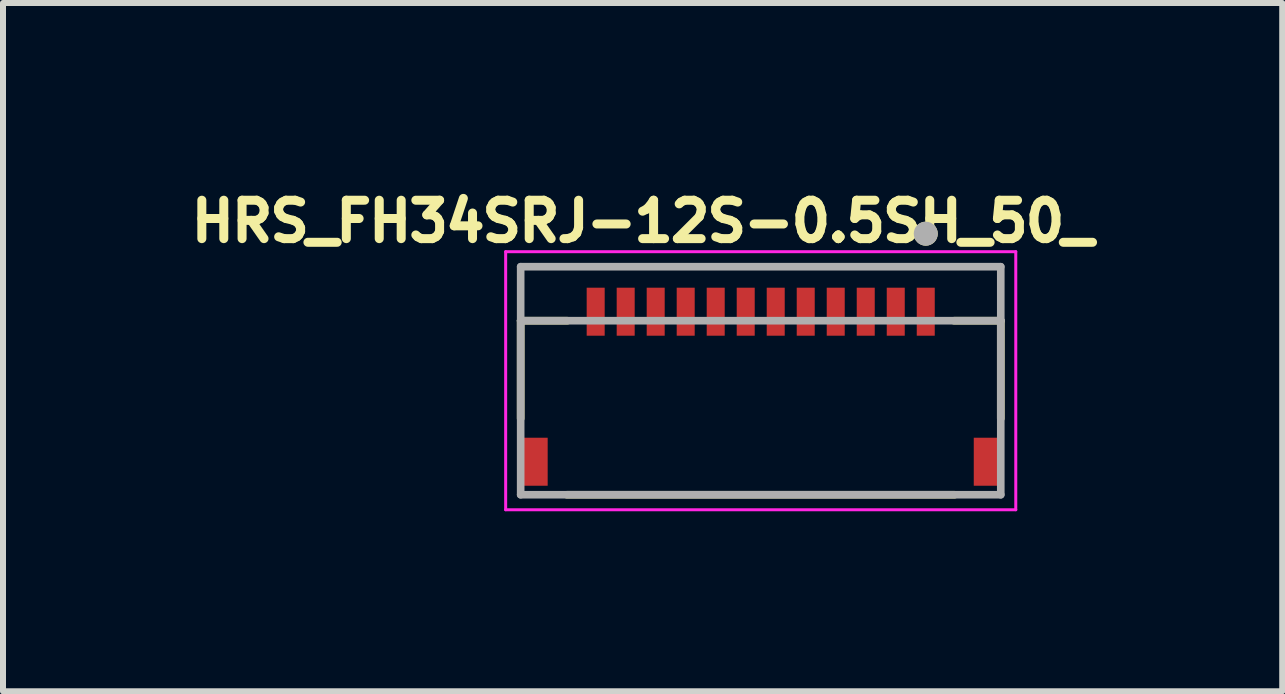
<source format=kicad_pcb>
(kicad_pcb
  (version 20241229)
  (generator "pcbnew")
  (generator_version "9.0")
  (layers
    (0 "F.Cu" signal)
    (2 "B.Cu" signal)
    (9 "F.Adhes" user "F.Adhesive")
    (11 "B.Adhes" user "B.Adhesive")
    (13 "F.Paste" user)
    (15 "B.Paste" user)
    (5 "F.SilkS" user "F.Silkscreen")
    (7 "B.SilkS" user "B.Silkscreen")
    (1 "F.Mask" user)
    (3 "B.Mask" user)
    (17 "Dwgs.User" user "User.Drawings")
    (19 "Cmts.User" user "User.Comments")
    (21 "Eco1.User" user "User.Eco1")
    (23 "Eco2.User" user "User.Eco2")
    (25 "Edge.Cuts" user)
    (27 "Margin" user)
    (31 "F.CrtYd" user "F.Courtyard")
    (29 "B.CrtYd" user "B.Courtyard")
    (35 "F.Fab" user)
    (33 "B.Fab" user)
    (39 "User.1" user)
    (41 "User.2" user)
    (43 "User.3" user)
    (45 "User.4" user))
  (footprint "HRS_FH34SRJ-12S-0.5SH_50_"
    (layer "F.Cu")
    (at 9.626 3.394)
    (property "Reference" "HRS_FH34SRJ-12S-0.5SH_50_" (at -1.968 -2.756 0) (layer "F.SilkS") (effects (font (size 0.64 0.64) (thickness 0.15))))
    (attr smd)
    (fp_line (start -4 -1.1) (end -4 0.53) (stroke (width 0.127) (type solid)) (layer "F.SilkS"))
    (fp_line (start -3.23 1.8) (end 3.23 1.8) (stroke (width 0.127) (type solid)) (layer "F.SilkS"))
    (fp_line (start -3.22 -1.1) (end -4 -1.1) (stroke (width 0.127) (type solid)) (layer "F.SilkS"))
    (fp_line (start 3.22 -1.1) (end 4 -1.1) (stroke (width 0.127) (type solid)) (layer "F.SilkS"))
    (fp_line (start 4 -1.1) (end 4 0.53) (stroke (width 0.127) (type solid)) (layer "F.SilkS"))
    (fp_circle (center 2.75 -2.55) (end 2.85 -2.55) (stroke (width 0.2) (type solid)) (fill no) (layer "F.SilkS"))
    (fp_poly (pts (xy -2.875 -1.65) (xy -2.625 -1.65) (xy -2.625 -1) (xy -2.875 -1)) (stroke (width 0.01) (type solid)) (fill yes) (layer "F.Paste"))
    (fp_poly (pts (xy -2.375 -1.65) (xy -2.125 -1.65) (xy -2.125 -1) (xy -2.375 -1)) (stroke (width 0.01) (type solid)) (fill yes) (layer "F.Paste"))
    (fp_poly (pts (xy -1.875 -1.65) (xy -1.625 -1.65) (xy -1.625 -1) (xy -1.875 -1)) (stroke (width 0.01) (type solid)) (fill yes) (layer "F.Paste"))
    (fp_poly (pts (xy -1.375 -1.65) (xy -1.125 -1.65) (xy -1.125 -1) (xy -1.375 -1)) (stroke (width 0.01) (type solid)) (fill yes) (layer "F.Paste"))
    (fp_poly (pts (xy -0.875 -1.65) (xy -0.625 -1.65) (xy -0.625 -1) (xy -0.875 -1)) (stroke (width 0.01) (type solid)) (fill yes) (layer "F.Paste"))
    (fp_poly (pts (xy -0.375 -1.65) (xy -0.125 -1.65) (xy -0.125 -1) (xy -0.375 -1)) (stroke (width 0.01) (type solid)) (fill yes) (layer "F.Paste"))
    (fp_poly (pts (xy 0.125 -1.65) (xy 0.375 -1.65) (xy 0.375 -1) (xy 0.125 -1)) (stroke (width 0.01) (type solid)) (fill yes) (layer "F.Paste"))
    (fp_poly (pts (xy 0.625 -1.65) (xy 0.875 -1.65) (xy 0.875 -1) (xy 0.625 -1)) (stroke (width 0.01) (type solid)) (fill yes) (layer "F.Paste"))
    (fp_poly (pts (xy 1.125 -1.65) (xy 1.375 -1.65) (xy 1.375 -1) (xy 1.125 -1)) (stroke (width 0.01) (type solid)) (fill yes) (layer "F.Paste"))
    (fp_poly (pts (xy 1.625 -1.65) (xy 1.875 -1.65) (xy 1.875 -1) (xy 1.625 -1)) (stroke (width 0.01) (type solid)) (fill yes) (layer "F.Paste"))
    (fp_poly (pts (xy 2.125 -1.65) (xy 2.375 -1.65) (xy 2.375 -1) (xy 2.125 -1)) (stroke (width 0.01) (type solid)) (fill yes) (layer "F.Paste"))
    (fp_poly (pts (xy 2.625 -1.65) (xy 2.875 -1.65) (xy 2.875 -1) (xy 2.625 -1)) (stroke (width 0.01) (type solid)) (fill yes) (layer "F.Paste"))
    (fp_line (start -4.25 -2.25) (end -4.25 2.05) (stroke (width 0.05) (type solid)) (layer "F.CrtYd"))
    (fp_line (start -4.25 2.05) (end 4.25 2.05) (stroke (width 0.05) (type solid)) (layer "F.CrtYd"))
    (fp_line (start 4.25 -2.25) (end -4.25 -2.25) (stroke (width 0.05) (type solid)) (layer "F.CrtYd"))
    (fp_line (start 4.25 2.05) (end 4.25 -2.25) (stroke (width 0.05) (type solid)) (layer "F.CrtYd"))
    (fp_line (start -4 -2) (end 4 -2) (stroke (width 0.127) (type solid)) (layer "F.Fab"))
    (fp_line (start -4 -1.1) (end -4 -2) (stroke (width 0.127) (type solid)) (layer "F.Fab"))
    (fp_line (start -4 -1.1) (end 4 -1.1) (stroke (width 0.127) (type solid)) (layer "F.Fab"))
    (fp_line (start -4 1.8) (end -4 -1.1) (stroke (width 0.127) (type solid)) (layer "F.Fab"))
    (fp_line (start 4 -2) (end 4 -1.1) (stroke (width 0.127) (type solid)) (layer "F.Fab"))
    (fp_line (start 4 -1.1) (end 4 1.8) (stroke (width 0.127) (type solid)) (layer "F.Fab"))
    (fp_line (start 4 1.8) (end -4 1.8) (stroke (width 0.127) (type solid)) (layer "F.Fab"))
    (fp_circle (center 2.75 -2.55) (end 2.85 -2.55) (stroke (width 0.2) (type solid)) (fill no) (layer "F.Fab"))
    (pad "1" smd rect (at 2.75 -1.25) (size 0.3 0.8) (layers "F.Cu" "F.Mask"))
    (pad "2" smd rect (at 2.25 -1.25) (size 0.3 0.8) (layers "F.Cu" "F.Mask"))
    (pad "3" smd rect (at 1.75 -1.25) (size 0.3 0.8) (layers "F.Cu" "F.Mask"))
    (pad "4" smd rect (at 1.25 -1.25) (size 0.3 0.8) (layers "F.Cu" "F.Mask"))
    (pad "5" smd rect (at 0.75 -1.25) (size 0.3 0.8) (layers "F.Cu" "F.Mask"))
    (pad "6" smd rect (at 0.25 -1.25) (size 0.3 0.8) (layers "F.Cu" "F.Mask"))
    (pad "7" smd rect (at -0.25 -1.25) (size 0.3 0.8) (layers "F.Cu" "F.Mask"))
    (pad "8" smd rect (at -0.75 -1.25) (size 0.3 0.8) (layers "F.Cu" "F.Mask"))
    (pad "9" smd rect (at -1.25 -1.25) (size 0.3 0.8) (layers "F.Cu" "F.Mask"))
    (pad "10" smd rect (at -1.75 -1.25) (size 0.3 0.8) (layers "F.Cu" "F.Mask"))
    (pad "11" smd rect (at -2.25 -1.25) (size 0.3 0.8) (layers "F.Cu" "F.Mask"))
    (pad "12" smd rect (at -2.75 -1.25) (size 0.3 0.8) (layers "F.Cu" "F.Mask"))
    (pad "S1" smd rect (at 3.75 1.25) (size 0.4 0.8) (layers "F.Cu" "F.Mask" "F.Paste"))
    (pad "S2" smd rect (at -3.75 1.25) (size 0.4 0.8) (layers "F.Cu" "F.Mask" "F.Paste")))
  (gr_rect
    (start -3 -3)
    (end 18.316 8.469)
    (stroke (width 0.1) (type default))
    (fill no)
    (layer "Edge.Cuts")))
</source>
